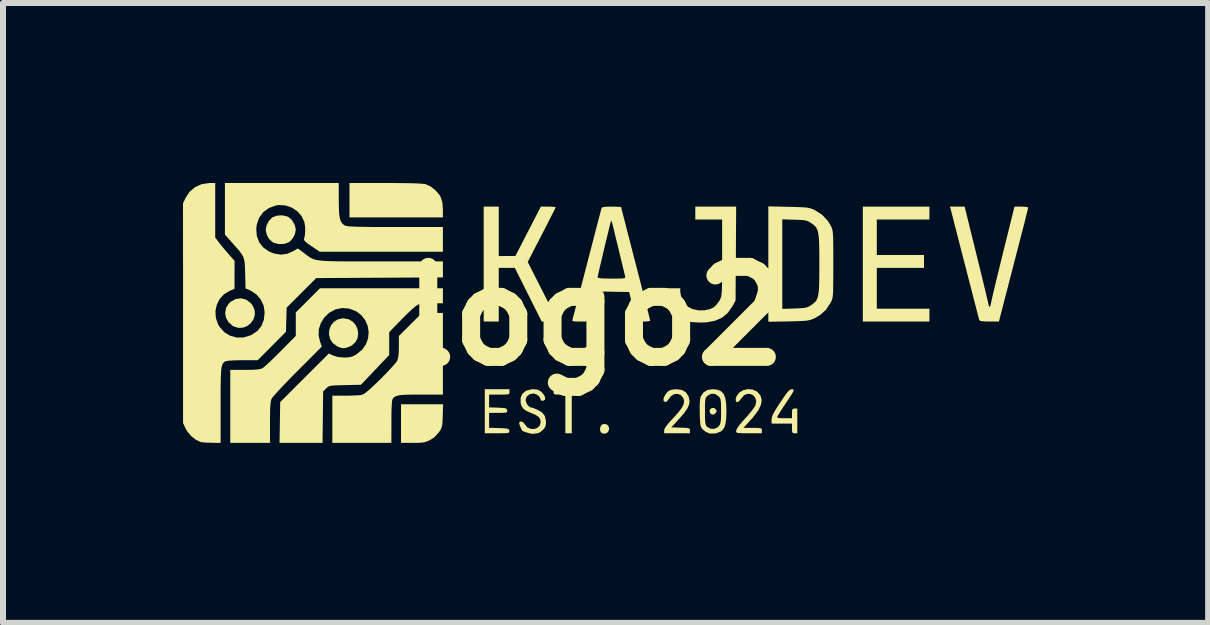
<source format=kicad_pcb>
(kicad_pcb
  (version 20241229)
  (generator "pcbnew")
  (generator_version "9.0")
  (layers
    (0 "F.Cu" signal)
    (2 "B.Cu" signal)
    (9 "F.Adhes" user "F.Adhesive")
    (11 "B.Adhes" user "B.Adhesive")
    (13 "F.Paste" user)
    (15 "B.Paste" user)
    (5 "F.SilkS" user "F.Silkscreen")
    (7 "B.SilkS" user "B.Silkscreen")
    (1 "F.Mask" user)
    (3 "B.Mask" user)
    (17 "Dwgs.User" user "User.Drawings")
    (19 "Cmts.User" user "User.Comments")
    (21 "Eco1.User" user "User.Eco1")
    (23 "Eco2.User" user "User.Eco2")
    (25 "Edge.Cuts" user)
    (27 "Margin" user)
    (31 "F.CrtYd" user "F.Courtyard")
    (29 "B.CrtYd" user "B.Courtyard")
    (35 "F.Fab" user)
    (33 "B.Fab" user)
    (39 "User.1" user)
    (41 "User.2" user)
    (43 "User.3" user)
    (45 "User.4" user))
  (footprint "logo2"
    (layer "F.Cu")
    (at 6.874 2.22)
    (property "Reference" "logo2" (at 0 0 0) (layer "F.SilkS") (effects (font (size 1.5 1.5) (thickness 0.3))))
    (attr board_only exclude_from_pos_files exclude_from_bom)
    (fp_poly (pts (xy 1.978 1.531) (xy 2.001 1.546) (xy 2.021 1.577) (xy 2.012 1.607) (xy 1.977 1.638) (xy 1.939 1.639) (xy 1.916 1.621) (xy 1.901 1.583) (xy 1.913 1.55) (xy 1.941 1.53)) (stroke (width 0) (type solid)) (fill yes) (layer "F.SilkS"))
    (fp_poly (pts (xy 0.215 1.825) (xy 0.23 1.873) (xy 0.229 1.883) (xy 0.21 1.933) (xy 0.168 1.957) (xy 0.122 1.956) (xy 0.089 1.933) (xy 0.076 1.893) (xy 0.081 1.849) (xy 0.103 1.812) (xy 0.126 1.799) (xy 0.177 1.798)) (stroke (width 0) (type solid)) (fill yes) (layer "F.SilkS"))
    (fp_poly (pts (xy -3.297 -2.219) (xy -3.132 -2.217) (xy -3.002 -2.214) (xy -2.907 -2.209) (xy -2.846 -2.203) (xy -2.826 -2.199) (xy -2.746 -2.161) (xy -2.667 -2.1) (xy -2.603 -2.026) (xy -2.576 -1.979) (xy -2.55 -1.891) (xy -2.542 -1.777) (xy -2.542 -1.647) (xy -3.32 -1.647) (xy -4.099 -1.647) (xy -4.099 -1.933) (xy -4.099 -2.22) (xy -3.497 -2.22)) (stroke (width 0) (type solid)) (fill yes) (layer "F.SilkS"))
    (fp_poly (pts (xy -2.545 1.66) (xy -2.548 1.747) (xy -2.553 1.807) (xy -2.562 1.85) (xy -2.576 1.885) (xy -2.599 1.922) (xy -2.609 1.936) (xy -2.688 2.021) (xy -2.76 2.066) (xy -2.806 2.087) (xy -2.849 2.101) (xy -2.9 2.108) (xy -2.967 2.112) (xy -3.047 2.112) (xy -3.24 2.112) (xy -3.24 1.79) (xy -3.24 1.468) (xy -2.889 1.468) (xy -2.539 1.468)) (stroke (width 0) (type solid)) (fill yes) (layer "F.SilkS"))
    (fp_poly (pts (xy -5.823 -0.276) (xy -5.749 -0.223) (xy -5.715 -0.181) (xy -5.68 -0.102) (xy -5.676 -0.023) (xy -5.698 0.05) (xy -5.742 0.114) (xy -5.801 0.163) (xy -5.873 0.191) (xy -5.951 0.195) (xy -6.031 0.17) (xy -6.045 0.162) (xy -6.115 0.101) (xy -6.157 0.027) (xy -6.171 -0.055) (xy -6.157 -0.136) (xy -6.113 -0.209) (xy -6.076 -0.243) (xy -5.993 -0.287) (xy -5.906 -0.298)) (stroke (width 0) (type solid)) (fill yes) (layer "F.SilkS"))
    (fp_poly (pts (xy -0.197 1.262) (xy -0.199 1.288) (xy -0.213 1.301) (xy -0.246 1.306) (xy -0.295 1.307) (xy -0.394 1.307) (xy -0.394 1.629) (xy -0.394 1.951) (xy -0.447 1.951) (xy -0.501 1.951) (xy -0.501 1.629) (xy -0.501 1.307) (xy -0.6 1.307) (xy -0.656 1.306) (xy -0.685 1.299) (xy -0.696 1.284) (xy -0.698 1.262) (xy -0.698 1.217) (xy -0.447 1.217) (xy -0.197 1.217)) (stroke (width 0) (type solid)) (fill yes) (layer "F.SilkS"))
    (fp_poly (pts (xy -4.115 0.05) (xy -4.046 0.09) (xy -3.995 0.148) (xy -3.964 0.218) (xy -3.954 0.294) (xy -3.966 0.369) (xy -4.002 0.436) (xy -4.063 0.49) (xy -4.1 0.508) (xy -4.164 0.53) (xy -4.215 0.534) (xy -4.267 0.519) (xy -4.306 0.501) (xy -4.377 0.449) (xy -4.421 0.383) (xy -4.44 0.307) (xy -4.436 0.23) (xy -4.41 0.158) (xy -4.362 0.097) (xy -4.296 0.054) (xy -4.212 0.036) (xy -4.201 0.036)) (stroke (width 0) (type solid)) (fill yes) (layer "F.SilkS"))
    (fp_poly (pts (xy -5.14 -1.664) (xy -5.109 -1.649) (xy -5.055 -1.598) (xy -5.014 -1.528) (xy -4.995 -1.453) (xy -4.994 -1.441) (xy -5.009 -1.367) (xy -5.047 -1.295) (xy -5.099 -1.239) (xy -5.109 -1.233) (xy -5.185 -1.205) (xy -5.272 -1.201) (xy -5.355 -1.221) (xy -5.384 -1.236) (xy -5.441 -1.289) (xy -5.48 -1.362) (xy -5.495 -1.442) (xy -5.481 -1.515) (xy -5.443 -1.587) (xy -5.39 -1.642) (xy -5.38 -1.649) (xy -5.306 -1.676) (xy -5.221 -1.681)) (stroke (width 0) (type solid)) (fill yes) (layer "F.SilkS"))
    (fp_poly (pts (xy 5.567 -1.718) (xy 5.567 -1.611) (xy 5.128 -1.611) (xy 4.69 -1.611) (xy 4.69 -1.316) (xy 4.69 -1.02) (xy 5.084 -1.02) (xy 5.477 -1.02) (xy 5.477 -0.913) (xy 5.477 -0.805) (xy 5.084 -0.805) (xy 4.69 -0.805) (xy 4.69 -0.465) (xy 4.69 -0.125) (xy 5.128 -0.125) (xy 5.567 -0.125) (xy 5.567 -0.018) (xy 5.567 0.089) (xy 5.012 0.089) (xy 4.457 0.089) (xy 4.457 -0.868) (xy 4.457 -1.826) (xy 5.012 -1.826) (xy 5.567 -1.826)) (stroke (width 0) (type solid)) (fill yes) (layer "F.SilkS"))
    (fp_poly (pts (xy -1.611 -1.414) (xy -1.611 -1.002) (xy -1.472 -1.003) (xy -1.334 -1.003) (xy -1.122 -1.414) (xy -0.91 -1.826) (xy -0.786 -1.826) (xy -0.725 -1.825) (xy -0.681 -1.821) (xy -0.662 -1.817) (xy -0.662 -1.817) (xy -0.67 -1.799) (xy -0.692 -1.753) (xy -0.727 -1.685) (xy -0.772 -1.596) (xy -0.825 -1.492) (xy -0.884 -1.377) (xy -0.895 -1.356) (xy -1.128 -0.904) (xy -0.876 -0.407) (xy -0.625 0.089) (xy -0.76 0.089) (xy -0.895 0.089) (xy -1.119 -0.358) (xy -1.343 -0.805) (xy -1.477 -0.805) (xy -1.611 -0.805) (xy -1.611 -0.358) (xy -1.611 0.089) (xy -1.736 0.089) (xy -1.862 0.089) (xy -1.862 -0.868) (xy -1.862 -1.826) (xy -1.736 -1.826) (xy -1.611 -1.826)) (stroke (width 0) (type solid)) (fill yes) (layer "F.SilkS"))
    (fp_poly (pts (xy -1.432 1.262) (xy -1.433 1.283) (xy -1.441 1.296) (xy -1.463 1.303) (xy -1.505 1.306) (xy -1.573 1.307) (xy -1.602 1.307) (xy -1.772 1.307) (xy -1.772 1.413) (xy -1.772 1.52) (xy -1.624 1.525) (xy -1.552 1.529) (xy -1.507 1.533) (xy -1.484 1.542) (xy -1.474 1.557) (xy -1.471 1.571) (xy -1.47 1.59) (xy -1.478 1.602) (xy -1.502 1.608) (xy -1.549 1.611) (xy -1.619 1.611) (xy -1.772 1.611) (xy -1.772 1.736) (xy -1.772 1.86) (xy -1.607 1.865) (xy -1.529 1.868) (xy -1.48 1.873) (xy -1.452 1.88) (xy -1.44 1.892) (xy -1.435 1.911) (xy -1.434 1.928) (xy -1.44 1.939) (xy -1.46 1.946) (xy -1.498 1.95) (xy -1.562 1.951) (xy -1.637 1.951) (xy -1.844 1.951) (xy -1.844 1.584) (xy -1.844 1.217) (xy -1.638 1.217) (xy -1.432 1.217)) (stroke (width 0) (type solid)) (fill yes) (layer "F.SilkS"))
    (fp_poly (pts (xy 3.292 1.218) (xy 3.304 1.225) (xy 3.303 1.241) (xy 3.289 1.272) (xy 3.26 1.32) (xy 3.214 1.39) (xy 3.168 1.459) (xy 3.119 1.533) (xy 3.077 1.598) (xy 3.047 1.647) (xy 3.032 1.673) (xy 3.031 1.674) (xy 3.032 1.688) (xy 3.051 1.696) (xy 3.096 1.7) (xy 3.148 1.7) (xy 3.276 1.7) (xy 3.276 1.62) (xy 3.278 1.57) (xy 3.287 1.547) (xy 3.308 1.54) (xy 3.32 1.539) (xy 3.365 1.539) (xy 3.365 1.745) (xy 3.365 1.951) (xy 3.32 1.951) (xy 3.293 1.948) (xy 3.28 1.931) (xy 3.276 1.892) (xy 3.276 1.871) (xy 3.276 1.79) (xy 3.106 1.79) (xy 2.936 1.79) (xy 2.936 1.724) (xy 2.94 1.69) (xy 2.953 1.65) (xy 2.98 1.598) (xy 3.022 1.528) (xy 3.081 1.437) (xy 3.141 1.349) (xy 3.185 1.287) (xy 3.218 1.248) (xy 3.243 1.226) (xy 3.264 1.218) (xy 3.271 1.217)) (stroke (width 0) (type solid)) (fill yes) (layer "F.SilkS"))
    (fp_poly (pts (xy -2.542 0.626) (xy -2.542 1.307) (xy -2.91 1.307) (xy -3.044 1.307) (xy -3.148 1.309) (xy -3.225 1.313) (xy -3.281 1.321) (xy -3.321 1.332) (xy -3.349 1.347) (xy -3.371 1.368) (xy -3.378 1.377) (xy -3.387 1.402) (xy -3.393 1.453) (xy -3.397 1.533) (xy -3.4 1.645) (xy -3.4 1.759) (xy -3.401 2.112) (xy -3.893 2.112) (xy -4.385 2.112) (xy -4.385 1.718) (xy -4.385 1.325) (xy -4.173 1.325) (xy -4.083 1.324) (xy -4 1.321) (xy -3.935 1.317) (xy -3.9 1.313) (xy -3.871 1.302) (xy -3.833 1.278) (xy -3.783 1.237) (xy -3.716 1.177) (xy -3.63 1.095) (xy -3.585 1.051) (xy -3.505 0.971) (xy -3.433 0.895) (xy -3.372 0.828) (xy -3.328 0.777) (xy -3.304 0.744) (xy -3.304 0.742) (xy -3.287 0.689) (xy -3.278 0.61) (xy -3.276 0.507) (xy -3.276 0.331) (xy -3.083 0.138) (xy -2.89 -0.054) (xy -2.716 -0.054) (xy -2.542 -0.054)) (stroke (width 0) (type solid)) (fill yes) (layer "F.SilkS"))
    (fp_poly (pts (xy 1.442 1.23) (xy 1.507 1.268) (xy 1.55 1.333) (xy 1.557 1.351) (xy 1.569 1.412) (xy 1.561 1.473) (xy 1.532 1.539) (xy 1.478 1.616) (xy 1.402 1.704) (xy 1.265 1.853) (xy 1.42 1.858) (xy 1.495 1.861) (xy 1.54 1.865) (xy 1.564 1.873) (xy 1.574 1.886) (xy 1.575 1.907) (xy 1.575 1.951) (xy 1.36 1.951) (xy 1.146 1.951) (xy 1.146 1.904) (xy 1.154 1.873) (xy 1.181 1.831) (xy 1.229 1.772) (xy 1.296 1.699) (xy 1.379 1.608) (xy 1.435 1.534) (xy 1.468 1.474) (xy 1.478 1.423) (xy 1.469 1.376) (xy 1.464 1.366) (xy 1.425 1.316) (xy 1.371 1.295) (xy 1.313 1.3) (xy 1.26 1.331) (xy 1.221 1.383) (xy 1.193 1.42) (xy 1.162 1.431) (xy 1.138 1.414) (xy 1.135 1.407) (xy 1.136 1.37) (xy 1.157 1.321) (xy 1.19 1.274) (xy 1.221 1.245) (xy 1.267 1.227) (xy 1.334 1.218) (xy 1.353 1.217)) (stroke (width 0) (type solid)) (fill yes) (layer "F.SilkS"))
    (fp_poly (pts (xy 2.614 1.221) (xy 2.686 1.252) (xy 2.701 1.263) (xy 2.752 1.324) (xy 2.772 1.395) (xy 2.759 1.477) (xy 2.714 1.57) (xy 2.636 1.675) (xy 2.594 1.723) (xy 2.467 1.862) (xy 2.621 1.862) (xy 2.695 1.862) (xy 2.74 1.865) (xy 2.764 1.871) (xy 2.773 1.884) (xy 2.774 1.906) (xy 2.774 1.906) (xy 2.774 1.951) (xy 2.56 1.951) (xy 2.469 1.951) (xy 2.409 1.949) (xy 2.372 1.946) (xy 2.353 1.938) (xy 2.346 1.926) (xy 2.345 1.91) (xy 2.359 1.874) (xy 2.399 1.816) (xy 2.465 1.738) (xy 2.493 1.708) (xy 2.554 1.64) (xy 2.607 1.575) (xy 2.646 1.521) (xy 2.666 1.488) (xy 2.68 1.42) (xy 2.666 1.363) (xy 2.632 1.32) (xy 2.584 1.297) (xy 2.53 1.295) (xy 2.476 1.319) (xy 2.432 1.37) (xy 2.394 1.418) (xy 2.362 1.434) (xy 2.341 1.421) (xy 2.338 1.383) (xy 2.352 1.336) (xy 2.395 1.275) (xy 2.459 1.235) (xy 2.536 1.216)) (stroke (width 0) (type solid)) (fill yes) (layer "F.SilkS"))
    (fp_poly (pts (xy 2.341 -1.043) (xy 2.336 -0.26) (xy 2.283 -0.164) (xy 2.207 -0.056) (xy 2.113 0.023) (xy 1.998 0.075) (xy 1.861 0.102) (xy 1.758 0.106) (xy 1.679 0.103) (xy 1.608 0.098) (xy 1.556 0.09) (xy 1.546 0.088) (xy 1.47 0.055) (xy 1.388 0.001) (xy 1.315 -0.062) (xy 1.269 -0.116) (xy 1.208 -0.234) (xy 1.183 -0.358) (xy 1.181 -0.391) (xy 1.181 -0.465) (xy 1.298 -0.465) (xy 1.414 -0.465) (xy 1.414 -0.407) (xy 1.428 -0.331) (xy 1.462 -0.251) (xy 1.509 -0.184) (xy 1.531 -0.164) (xy 1.613 -0.12) (xy 1.712 -0.098) (xy 1.816 -0.097) (xy 1.914 -0.12) (xy 1.973 -0.149) (xy 2.017 -0.19) (xy 2.059 -0.246) (xy 2.072 -0.268) (xy 2.083 -0.29) (xy 2.091 -0.312) (xy 2.098 -0.338) (xy 2.103 -0.373) (xy 2.107 -0.419) (xy 2.109 -0.481) (xy 2.111 -0.562) (xy 2.112 -0.668) (xy 2.112 -0.801) (xy 2.112 -0.965) (xy 2.112 -0.979) (xy 2.112 -1.611) (xy 1.888 -1.611) (xy 1.665 -1.611) (xy 1.665 -1.718) (xy 1.665 -1.826) (xy 2.006 -1.826) (xy 2.346 -1.826)) (stroke (width 0) (type solid)) (fill yes) (layer "F.SilkS"))
    (fp_poly (pts (xy 2.031 1.225) (xy 2.092 1.249) (xy 2.136 1.293) (xy 2.164 1.361) (xy 2.179 1.457) (xy 2.184 1.58) (xy 2.18 1.7) (xy 2.169 1.79) (xy 2.149 1.855) (xy 2.118 1.9) (xy 2.091 1.921) (xy 2.01 1.953) (xy 1.922 1.957) (xy 1.887 1.95) (xy 1.836 1.925) (xy 1.789 1.888) (xy 1.789 1.887) (xy 1.771 1.866) (xy 1.758 1.841) (xy 1.75 1.807) (xy 1.745 1.756) (xy 1.741 1.682) (xy 1.739 1.617) (xy 1.739 1.587) (xy 1.826 1.587) (xy 1.826 1.681) (xy 1.829 1.747) (xy 1.834 1.79) (xy 1.843 1.818) (xy 1.856 1.838) (xy 1.862 1.844) (xy 1.916 1.875) (xy 1.978 1.878) (xy 2.035 1.854) (xy 2.057 1.832) (xy 2.074 1.807) (xy 2.084 1.778) (xy 2.091 1.735) (xy 2.094 1.672) (xy 2.094 1.581) (xy 2.094 1.581) (xy 2.094 1.492) (xy 2.092 1.431) (xy 2.086 1.391) (xy 2.076 1.364) (xy 2.06 1.343) (xy 2.05 1.333) (xy 1.993 1.296) (xy 1.93 1.293) (xy 1.872 1.324) (xy 1.867 1.328) (xy 1.85 1.346) (xy 1.838 1.368) (xy 1.831 1.4) (xy 1.827 1.448) (xy 1.826 1.521) (xy 1.826 1.587) (xy 1.739 1.587) (xy 1.738 1.492) (xy 1.743 1.402) (xy 1.753 1.346) (xy 1.755 1.34) (xy 1.801 1.271) (xy 1.868 1.23) (xy 1.949 1.217)) (stroke (width 0) (type solid)) (fill yes) (layer "F.SilkS"))
    (fp_poly (pts (xy 6.343 -1.061) (xy 6.383 -0.898) (xy 6.421 -0.745) (xy 6.455 -0.604) (xy 6.485 -0.479) (xy 6.51 -0.375) (xy 6.529 -0.295) (xy 6.541 -0.244) (xy 6.544 -0.228) (xy 6.557 -0.174) (xy 6.57 -0.155) (xy 6.583 -0.171) (xy 6.594 -0.22) (xy 6.601 -0.253) (xy 6.615 -0.317) (xy 6.636 -0.407) (xy 6.663 -0.521) (xy 6.695 -0.653) (xy 6.731 -0.8) (xy 6.77 -0.958) (xy 6.795 -1.061) (xy 6.985 -1.826) (xy 7.099 -1.826) (xy 7.158 -1.824) (xy 7.199 -1.818) (xy 7.214 -1.811) (xy 7.209 -1.791) (xy 7.197 -1.74) (xy 7.177 -1.661) (xy 7.151 -1.557) (xy 7.119 -1.433) (xy 7.082 -1.29) (xy 7.042 -1.134) (xy 6.998 -0.966) (xy 6.991 -0.938) (xy 6.947 -0.766) (xy 6.904 -0.602) (xy 6.865 -0.45) (xy 6.829 -0.313) (xy 6.799 -0.196) (xy 6.775 -0.101) (xy 6.757 -0.034) (xy 6.748 0.003) (xy 6.747 0.004) (xy 6.726 0.089) (xy 6.567 0.089) (xy 6.48 0.087) (xy 6.425 0.081) (xy 6.401 0.07) (xy 6.399 0.067) (xy 6.396 0.057) (xy 6.39 0.036) (xy 6.381 -0.000387) (xy 6.367 -0.052) (xy 6.349 -0.122) (xy 6.326 -0.21) (xy 6.298 -0.32) (xy 6.264 -0.453) (xy 6.223 -0.61) (xy 6.176 -0.794) (xy 6.121 -1.005) (xy 6.059 -1.247) (xy 5.989 -1.52) (xy 5.935 -1.732) (xy 5.91 -1.826) (xy 6.032 -1.826) (xy 6.154 -1.826)) (stroke (width 0) (type solid)) (fill yes) (layer "F.SilkS"))
    (fp_poly (pts (xy -0.967 1.224) (xy -0.918 1.248) (xy -0.895 1.266) (xy -0.855 1.314) (xy -0.837 1.359) (xy -0.842 1.394) (xy -0.873 1.411) (xy -0.906 1.406) (xy -0.913 1.388) (xy -0.929 1.348) (xy -0.967 1.312) (xy -1.016 1.291) (xy -1.034 1.289) (xy -1.099 1.302) (xy -1.144 1.338) (xy -1.163 1.391) (xy -1.163 1.397) (xy -1.152 1.444) (xy -1.125 1.488) (xy -1.091 1.517) (xy -1.073 1.521) (xy -1.047 1.528) (xy -1 1.545) (xy -0.965 1.56) (xy -0.889 1.605) (xy -0.843 1.663) (xy -0.825 1.742) (xy -0.823 1.773) (xy -0.83 1.83) (xy -0.855 1.874) (xy -0.879 1.899) (xy -0.92 1.932) (xy -0.956 1.95) (xy -0.964 1.951) (xy -1.007 1.956) (xy -1.029 1.96) (xy -1.068 1.959) (xy -1.121 1.947) (xy -1.137 1.942) (xy -1.181 1.926) (xy -1.209 1.917) (xy -1.212 1.916) (xy -1.225 1.9) (xy -1.242 1.865) (xy -1.259 1.824) (xy -1.27 1.79) (xy -1.271 1.782) (xy -1.26 1.758) (xy -1.233 1.755) (xy -1.2 1.772) (xy -1.174 1.806) (xy -1.133 1.854) (xy -1.08 1.878) (xy -1.022 1.881) (xy -0.97 1.863) (xy -0.93 1.826) (xy -0.913 1.771) (xy -0.913 1.765) (xy -0.92 1.717) (xy -0.945 1.68) (xy -0.994 1.647) (xy -1.073 1.613) (xy -1.076 1.612) (xy -1.156 1.576) (xy -1.207 1.537) (xy -1.236 1.488) (xy -1.247 1.443) (xy -1.246 1.359) (xy -1.216 1.291) (xy -1.157 1.244) (xy -1.075 1.22) (xy -1.03 1.217)) (stroke (width 0) (type solid)) (fill yes) (layer "F.SilkS"))
    (fp_poly (pts (xy 3.218 -1.823) (xy 3.336 -1.82) (xy 3.426 -1.817) (xy 3.492 -1.813) (xy 3.542 -1.807) (xy 3.581 -1.798) (xy 3.616 -1.786) (xy 3.652 -1.77) (xy 3.774 -1.694) (xy 3.87 -1.594) (xy 3.922 -1.51) (xy 3.934 -1.485) (xy 3.943 -1.461) (xy 3.951 -1.433) (xy 3.956 -1.398) (xy 3.96 -1.352) (xy 3.963 -1.289) (xy 3.964 -1.205) (xy 3.965 -1.097) (xy 3.965 -0.959) (xy 3.965 -0.868) (xy 3.965 -0.713) (xy 3.964 -0.589) (xy 3.963 -0.492) (xy 3.962 -0.418) (xy 3.959 -0.362) (xy 3.954 -0.321) (xy 3.948 -0.29) (xy 3.939 -0.265) (xy 3.929 -0.241) (xy 3.921 -0.226) (xy 3.845 -0.109) (xy 3.742 -0.017) (xy 3.653 0.034) (xy 3.616 0.05) (xy 3.581 0.062) (xy 3.542 0.071) (xy 3.493 0.077) (xy 3.428 0.081) (xy 3.339 0.084) (xy 3.221 0.087) (xy 3.218 0.087) (xy 2.882 0.093) (xy 2.882 -0.868) (xy 3.115 -0.868) (xy 3.115 -0.122) (xy 3.317 -0.128) (xy 3.408 -0.132) (xy 3.471 -0.137) (xy 3.516 -0.145) (xy 3.552 -0.158) (xy 3.586 -0.178) (xy 3.592 -0.182) (xy 3.63 -0.209) (xy 3.661 -0.235) (xy 3.685 -0.267) (xy 3.702 -0.306) (xy 3.715 -0.359) (xy 3.724 -0.428) (xy 3.729 -0.518) (xy 3.731 -0.634) (xy 3.732 -0.778) (xy 3.732 -0.868) (xy 3.732 -1.03) (xy 3.73 -1.161) (xy 3.727 -1.264) (xy 3.72 -1.344) (xy 3.71 -1.404) (xy 3.695 -1.45) (xy 3.674 -1.485) (xy 3.647 -1.514) (xy 3.613 -1.54) (xy 3.592 -1.554) (xy 3.557 -1.576) (xy 3.523 -1.59) (xy 3.48 -1.599) (xy 3.42 -1.604) (xy 3.334 -1.608) (xy 3.317 -1.608) (xy 3.115 -1.614) (xy 3.115 -0.868) (xy 2.882 -0.868) (xy 2.882 -0.868) (xy 2.882 -1.83)) (stroke (width 0) (type solid)) (fill yes) (layer "F.SilkS"))
    (fp_poly (pts (xy -2.542 -0.34) (xy -2.542 -0.215) (xy -2.736 -0.215) (xy -2.823 -0.214) (xy -2.882 -0.212) (xy -2.924 -0.205) (xy -2.955 -0.193) (xy -2.986 -0.174) (xy -3 -0.164) (xy -3.038 -0.132) (xy -3.094 -0.081) (xy -3.161 -0.016) (xy -3.232 0.055) (xy -3.253 0.077) (xy -3.437 0.266) (xy -3.437 0.457) (xy -3.437 0.647) (xy -3.672 0.895) (xy -3.908 1.143) (xy -4.173 1.149) (xy -4.276 1.151) (xy -4.349 1.154) (xy -4.399 1.158) (xy -4.433 1.165) (xy -4.456 1.176) (xy -4.476 1.192) (xy -4.488 1.204) (xy -4.538 1.254) (xy -4.543 1.683) (xy -4.548 2.112) (xy -4.907 2.112) (xy -5.265 2.112) (xy -5.259 1.772) (xy -5.254 1.432) (xy -4.848 1.026) (xy -4.442 0.621) (xy -4.374 0.655) (xy -4.291 0.681) (xy -4.187 0.689) (xy -4.114 0.686) (xy -4.06 0.675) (xy -4.007 0.65) (xy -3.982 0.635) (xy -3.889 0.56) (xy -3.825 0.469) (xy -3.789 0.37) (xy -3.779 0.266) (xy -3.795 0.163) (xy -3.836 0.068) (xy -3.9 -0.016) (xy -3.988 -0.082) (xy -4.098 -0.124) (xy -4.107 -0.127) (xy -4.225 -0.136) (xy -4.336 -0.112) (xy -4.437 -0.057) (xy -4.521 0.025) (xy -4.576 0.115) (xy -4.61 0.217) (xy -4.614 0.317) (xy -4.59 0.423) (xy -4.561 0.507) (xy -4.964 0.911) (xy -5.064 1.012) (xy -5.157 1.108) (xy -5.239 1.195) (xy -5.307 1.268) (xy -5.358 1.326) (xy -5.389 1.363) (xy -5.395 1.373) (xy -5.406 1.4) (xy -5.413 1.438) (xy -5.418 1.492) (xy -5.422 1.566) (xy -5.423 1.667) (xy -5.424 1.771) (xy -5.424 2.112) (xy -5.755 2.112) (xy -6.086 2.112) (xy -6.086 1.504) (xy -6.086 0.895) (xy -5.843 0.895) (xy -5.728 0.894) (xy -5.644 0.889) (xy -5.587 0.881) (xy -5.553 0.87) (xy -5.525 0.849) (xy -5.478 0.808) (xy -5.415 0.749) (xy -5.341 0.678) (xy -5.261 0.598) (xy -5.249 0.586) (xy -4.994 0.328) (xy -4.994 0.133) (xy -4.994 -0.063) (xy -4.792 -0.264) (xy -4.591 -0.465) (xy -3.566 -0.465) (xy -2.542 -0.465)) (stroke (width 0) (type solid)) (fill yes) (layer "F.SilkS"))
    (fp_poly (pts (xy 0.34 -1.825) (xy 0.395 -1.822) (xy 0.426 -1.818) (xy 0.43 -1.816) (xy 0.434 -1.797) (xy 0.446 -1.747) (xy 0.466 -1.669) (xy 0.493 -1.566) (xy 0.525 -1.44) (xy 0.562 -1.296) (xy 0.603 -1.137) (xy 0.647 -0.966) (xy 0.671 -0.873) (xy 0.717 -0.696) (xy 0.76 -0.53) (xy 0.799 -0.377) (xy 0.834 -0.241) (xy 0.863 -0.126) (xy 0.887 -0.033) (xy 0.903 0.033) (xy 0.912 0.069) (xy 0.913 0.075) (xy 0.897 0.082) (xy 0.854 0.088) (xy 0.799 0.089) (xy 0.684 0.089) (xy 0.623 -0.157) (xy 0.562 -0.403) (xy 0.267 -0.408) (xy -0.028 -0.413) (xy -0.089 -0.162) (xy -0.15 0.089) (xy -0.272 0.089) (xy -0.339 0.088) (xy -0.376 0.081) (xy -0.386 0.069) (xy -0.385 0.067) (xy -0.379 0.046) (xy -0.365 -0.007) (xy -0.344 -0.087) (xy -0.317 -0.192) (xy -0.283 -0.319) (xy -0.246 -0.464) (xy -0.204 -0.623) (xy -0.198 -0.647) (xy 0.036 -0.647) (xy 0.049 -0.638) (xy 0.091 -0.631) (xy 0.164 -0.628) (xy 0.27 -0.626) (xy 0.271 -0.626) (xy 0.366 -0.627) (xy 0.431 -0.628) (xy 0.471 -0.632) (xy 0.492 -0.638) (xy 0.498 -0.648) (xy 0.497 -0.66) (xy 0.49 -0.686) (xy 0.477 -0.741) (xy 0.457 -0.822) (xy 0.433 -0.921) (xy 0.406 -1.034) (xy 0.385 -1.121) (xy 0.35 -1.264) (xy 0.323 -1.375) (xy 0.303 -1.46) (xy 0.287 -1.52) (xy 0.277 -1.559) (xy 0.269 -1.582) (xy 0.264 -1.591) (xy 0.261 -1.59) (xy 0.259 -1.584) (xy 0.251 -1.556) (xy 0.237 -1.5) (xy 0.218 -1.422) (xy 0.195 -1.327) (xy 0.169 -1.222) (xy 0.143 -1.111) (xy 0.117 -1) (xy 0.092 -0.895) (xy 0.07 -0.802) (xy 0.053 -0.726) (xy 0.041 -0.673) (xy 0.036 -0.648) (xy 0.036 -0.647) (xy -0.198 -0.647) (xy -0.16 -0.794) (xy -0.143 -0.859) (xy -0.098 -1.034) (xy -0.055 -1.198) (xy -0.016 -1.35) (xy 0.019 -1.485) (xy 0.049 -1.599) (xy 0.073 -1.691) (xy 0.09 -1.755) (xy 0.099 -1.79) (xy 0.1 -1.794) (xy 0.11 -1.81) (xy 0.131 -1.819) (xy 0.172 -1.824) (xy 0.24 -1.826) (xy 0.27 -1.826)) (stroke (width 0) (type solid)) (fill yes) (layer "F.SilkS"))
    (fp_poly (pts (xy -6.337 -1.766) (xy -6.337 -1.312) (xy -6.285 -1.242) (xy -6.249 -1.196) (xy -6.199 -1.134) (xy -6.142 -1.068) (xy -6.124 -1.047) (xy -6.014 -0.922) (xy -6.015 -0.689) (xy -6.015 -0.456) (xy -6.095 -0.423) (xy -6.19 -0.366) (xy -6.263 -0.287) (xy -6.311 -0.19) (xy -6.333 -0.084) (xy -6.327 0.025) (xy -6.291 0.132) (xy -6.263 0.18) (xy -6.183 0.268) (xy -6.086 0.327) (xy -5.977 0.356) (xy -5.862 0.354) (xy -5.746 0.318) (xy -5.731 0.311) (xy -5.634 0.247) (xy -5.566 0.163) (xy -5.526 0.058) (xy -5.513 -0.066) (xy -5.53 -0.177) (xy -5.578 -0.278) (xy -5.652 -0.364) (xy -5.748 -0.427) (xy -5.766 -0.435) (xy -5.831 -0.462) (xy -5.838 -0.711) (xy -5.841 -0.812) (xy -5.846 -0.888) (xy -5.856 -0.948) (xy -5.874 -0.998) (xy -5.905 -1.048) (xy -5.95 -1.106) (xy -6.015 -1.179) (xy -6.044 -1.212) (xy -6.175 -1.36) (xy -6.175 -1.79) (xy -6.175 -2.22) (xy -5.227 -2.22) (xy -4.278 -2.22) (xy -4.278 -1.938) (xy -4.276 -1.807) (xy -4.271 -1.707) (xy -4.26 -1.632) (xy -4.242 -1.579) (xy -4.216 -1.541) (xy -4.182 -1.515) (xy -4.171 -1.509) (xy -4.15 -1.503) (xy -4.111 -1.498) (xy -4.051 -1.494) (xy -3.968 -1.491) (xy -3.86 -1.489) (xy -3.723 -1.487) (xy -3.556 -1.486) (xy -3.355 -1.486) (xy -3.334 -1.486) (xy -2.542 -1.486) (xy -2.542 -1.28) (xy -2.542 -1.074) (xy -3.568 -1.074) (xy -4.595 -1.074) (xy -4.732 -1.167) (xy -4.801 -1.215) (xy -4.841 -1.249) (xy -4.858 -1.274) (xy -4.857 -1.287) (xy -4.843 -1.344) (xy -4.837 -1.42) (xy -4.84 -1.501) (xy -4.852 -1.572) (xy -4.897 -1.668) (xy -4.968 -1.749) (xy -5.059 -1.809) (xy -5.163 -1.845) (xy -5.273 -1.853) (xy -5.329 -1.844) (xy -5.444 -1.802) (xy -5.537 -1.733) (xy -5.604 -1.641) (xy -5.644 -1.527) (xy -5.653 -1.458) (xy -5.644 -1.338) (xy -5.604 -1.232) (xy -5.535 -1.144) (xy -5.439 -1.077) (xy -5.358 -1.045) (xy -5.243 -1.026) (xy -5.136 -1.04) (xy -5.035 -1.084) (xy -4.959 -1.129) (xy -4.847 -1.045) (xy -4.811 -1.018) (xy -4.78 -0.995) (xy -4.75 -0.975) (xy -4.719 -0.959) (xy -4.684 -0.946) (xy -4.642 -0.936) (xy -4.589 -0.928) (xy -4.523 -0.922) (xy -4.44 -0.918) (xy -4.338 -0.915) (xy -4.214 -0.914) (xy -4.064 -0.913) (xy -3.885 -0.913) (xy -3.675 -0.913) (xy -3.581 -0.913) (xy -2.542 -0.913) (xy -2.542 -0.779) (xy -2.542 -0.646) (xy -3.598 -0.641) (xy -4.654 -0.635) (xy -4.9 -0.389) (xy -5.146 -0.143) (xy -5.152 0.058) (xy -5.158 0.26) (xy -5.393 0.497) (xy -5.629 0.734) (xy -5.889 0.734) (xy -6.013 0.736) (xy -6.102 0.741) (xy -6.157 0.749) (xy -6.177 0.757) (xy -6.195 0.772) (xy -6.21 0.79) (xy -6.221 0.815) (xy -6.23 0.85) (xy -6.237 0.898) (xy -6.241 0.964) (xy -6.244 1.05) (xy -6.246 1.161) (xy -6.247 1.301) (xy -6.247 1.473) (xy -6.247 1.485) (xy -6.247 2.112) (xy -6.395 2.11) (xy -6.469 2.108) (xy -6.533 2.104) (xy -6.576 2.098) (xy -6.582 2.097) (xy -6.66 2.059) (xy -6.737 1.998) (xy -6.801 1.923) (xy -6.83 1.875) (xy -6.873 1.781) (xy -6.873 -0.05) (xy -6.874 -1.882) (xy -6.829 -1.975) (xy -6.763 -2.075) (xy -6.672 -2.152) (xy -6.562 -2.201) (xy -6.436 -2.219) (xy -6.424 -2.22) (xy -6.337 -2.22)) (stroke (width 0) (type solid)) (fill yes) (layer "F.SilkS")))
  (gr_rect
    (start -3 -3)
    (end 17.087 7.332)
    (stroke (width 0.1) (type default))
    (fill no)
    (layer "Edge.Cuts")))
</source>
